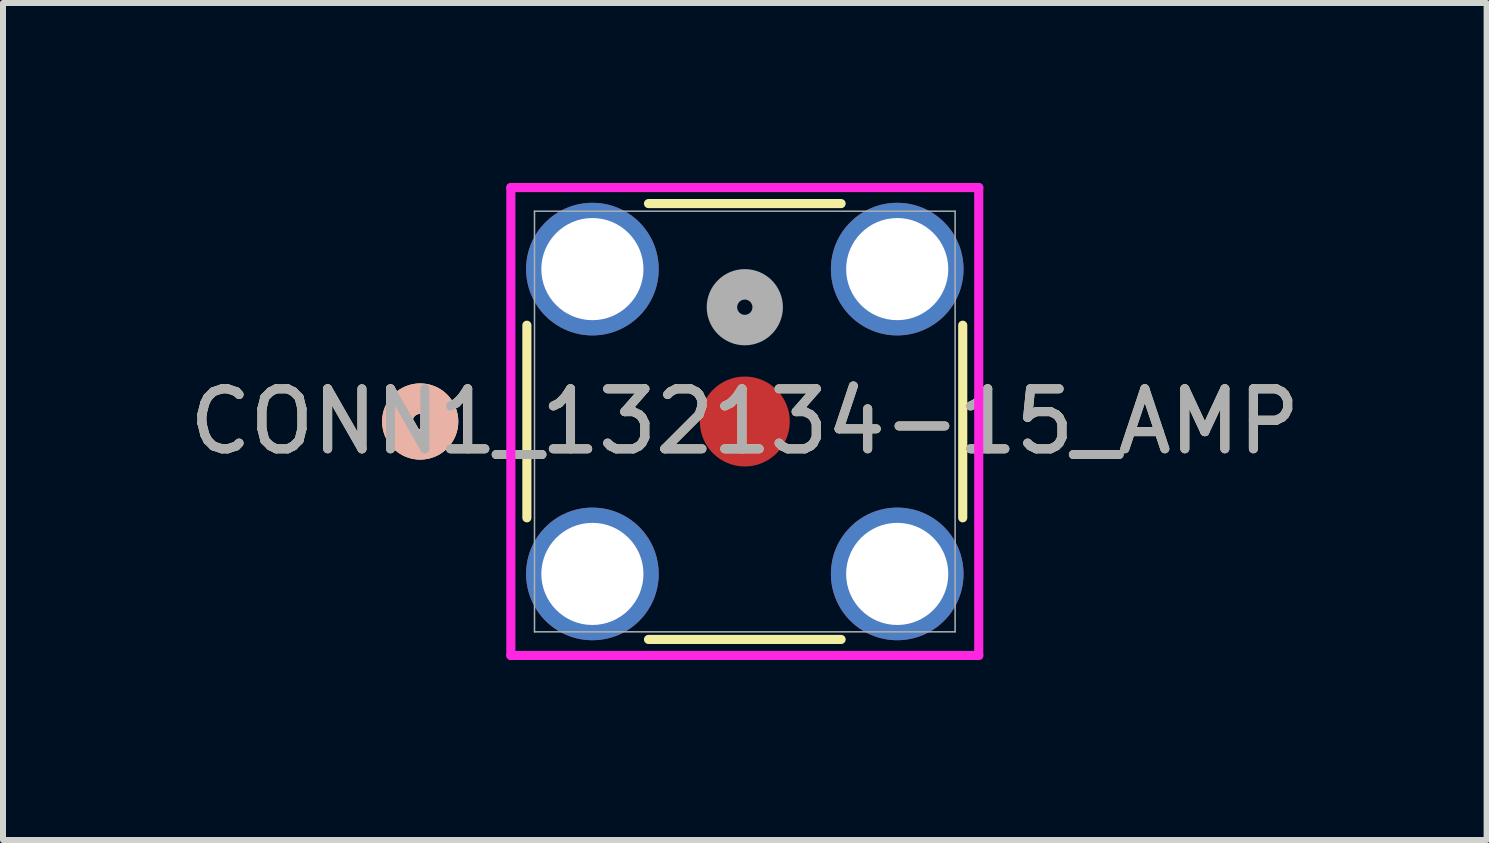
<source format=kicad_pcb>
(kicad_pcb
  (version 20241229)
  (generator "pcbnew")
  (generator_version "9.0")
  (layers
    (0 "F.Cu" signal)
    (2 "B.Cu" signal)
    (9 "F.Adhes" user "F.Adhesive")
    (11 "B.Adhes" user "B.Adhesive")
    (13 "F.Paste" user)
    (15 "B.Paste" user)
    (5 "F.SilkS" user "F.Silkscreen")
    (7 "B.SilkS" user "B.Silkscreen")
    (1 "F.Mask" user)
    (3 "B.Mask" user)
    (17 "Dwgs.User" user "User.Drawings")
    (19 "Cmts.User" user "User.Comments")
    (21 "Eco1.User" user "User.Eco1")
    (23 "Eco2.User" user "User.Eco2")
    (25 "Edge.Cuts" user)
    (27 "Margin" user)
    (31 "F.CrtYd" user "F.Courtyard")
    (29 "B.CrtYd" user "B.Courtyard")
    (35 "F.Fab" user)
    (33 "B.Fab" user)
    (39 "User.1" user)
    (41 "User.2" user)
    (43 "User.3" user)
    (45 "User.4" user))
  (footprint "CONN1_132134-15_AMP"
    (layer "F.Cu")
    (at 9.363 3.975)
    (property "Reference" "CONN1_132134-15_AMP" (at 0 0 0) (unlocked yes) (layer "F.SilkS") (effects (font (size 1 1) (thickness 0.15))))
    (attr through_hole)
    (fp_line (start -3.632 -1.605) (end -3.632 1.605) (stroke (width 0.152) (type solid)) (layer "F.SilkS"))
    (fp_line (start -1.605 3.632) (end 1.605 3.632) (stroke (width 0.152) (type solid)) (layer "F.SilkS"))
    (fp_line (start 1.605 -3.632) (end -1.605 -3.632) (stroke (width 0.152) (type solid)) (layer "F.SilkS"))
    (fp_line (start 3.632 1.605) (end 3.632 -1.605) (stroke (width 0.152) (type solid)) (layer "F.SilkS"))
    (fp_circle (center -5.41 0) (end -5.029 0) (stroke (width 0.508) (type solid)) (fill no) (layer "F.SilkS"))
    (fp_circle (center -5.41 0) (end -5.029 0) (stroke (width 0.508) (type solid)) (fill no) (layer "B.SilkS"))
    (fp_line (start -3.899 -3.899) (end -3.899 3.899) (stroke (width 0.152) (type solid)) (layer "F.CrtYd"))
    (fp_line (start -3.899 3.899) (end 3.899 3.899) (stroke (width 0.152) (type solid)) (layer "F.CrtYd"))
    (fp_line (start 3.899 -3.899) (end -3.899 -3.899) (stroke (width 0.152) (type solid)) (layer "F.CrtYd"))
    (fp_line (start 3.899 3.899) (end 3.899 -3.899) (stroke (width 0.152) (type solid)) (layer "F.CrtYd"))
    (fp_line (start -3.505 -3.505) (end -3.505 3.505) (stroke (width 0.025) (type solid)) (layer "F.Fab"))
    (fp_line (start -3.505 3.505) (end 3.505 3.505) (stroke (width 0.025) (type solid)) (layer "F.Fab"))
    (fp_line (start 3.505 -3.505) (end -3.505 -3.505) (stroke (width 0.025) (type solid)) (layer "F.Fab"))
    (fp_line (start 3.505 3.505) (end 3.505 -3.505) (stroke (width 0.025) (type solid)) (layer "F.Fab"))
    (fp_circle (center 0 -1.905) (end 0.381 -1.905) (stroke (width 0.508) (type solid)) (fill no) (layer "F.Fab"))
    (fp_text user "${REFERENCE}" (at 0 0 0) (unlocked yes) (layer "F.Fab") (effects (font (size 1 1) (thickness 0.15))))
    (pad "1" smd circle (at 0 0) (size 1.499 1.499) (layers "F.Cu" "F.Mask" "F.Paste"))
    (pad "2" thru_hole circle (at -2.54 -2.54) (size 2.21 2.21) (drill 1.702) (layers "*.Cu" "*.Mask"))
    (pad "3" thru_hole circle (at 2.54 -2.54) (size 2.21 2.21) (drill 1.702) (layers "*.Cu" "*.Mask"))
    (pad "4" thru_hole circle (at -2.54 2.54) (size 2.21 2.21) (drill 1.702) (layers "*.Cu" "*.Mask"))
    (pad "5" thru_hole circle (at 2.54 2.54) (size 2.21 2.21) (drill 1.702) (layers "*.Cu" "*.Mask")))
  (gr_rect
    (start -3 -3)
    (end 21.726 10.95)
    (stroke (width 0.1) (type default))
    (fill no)
    (layer "Edge.Cuts")))
</source>
